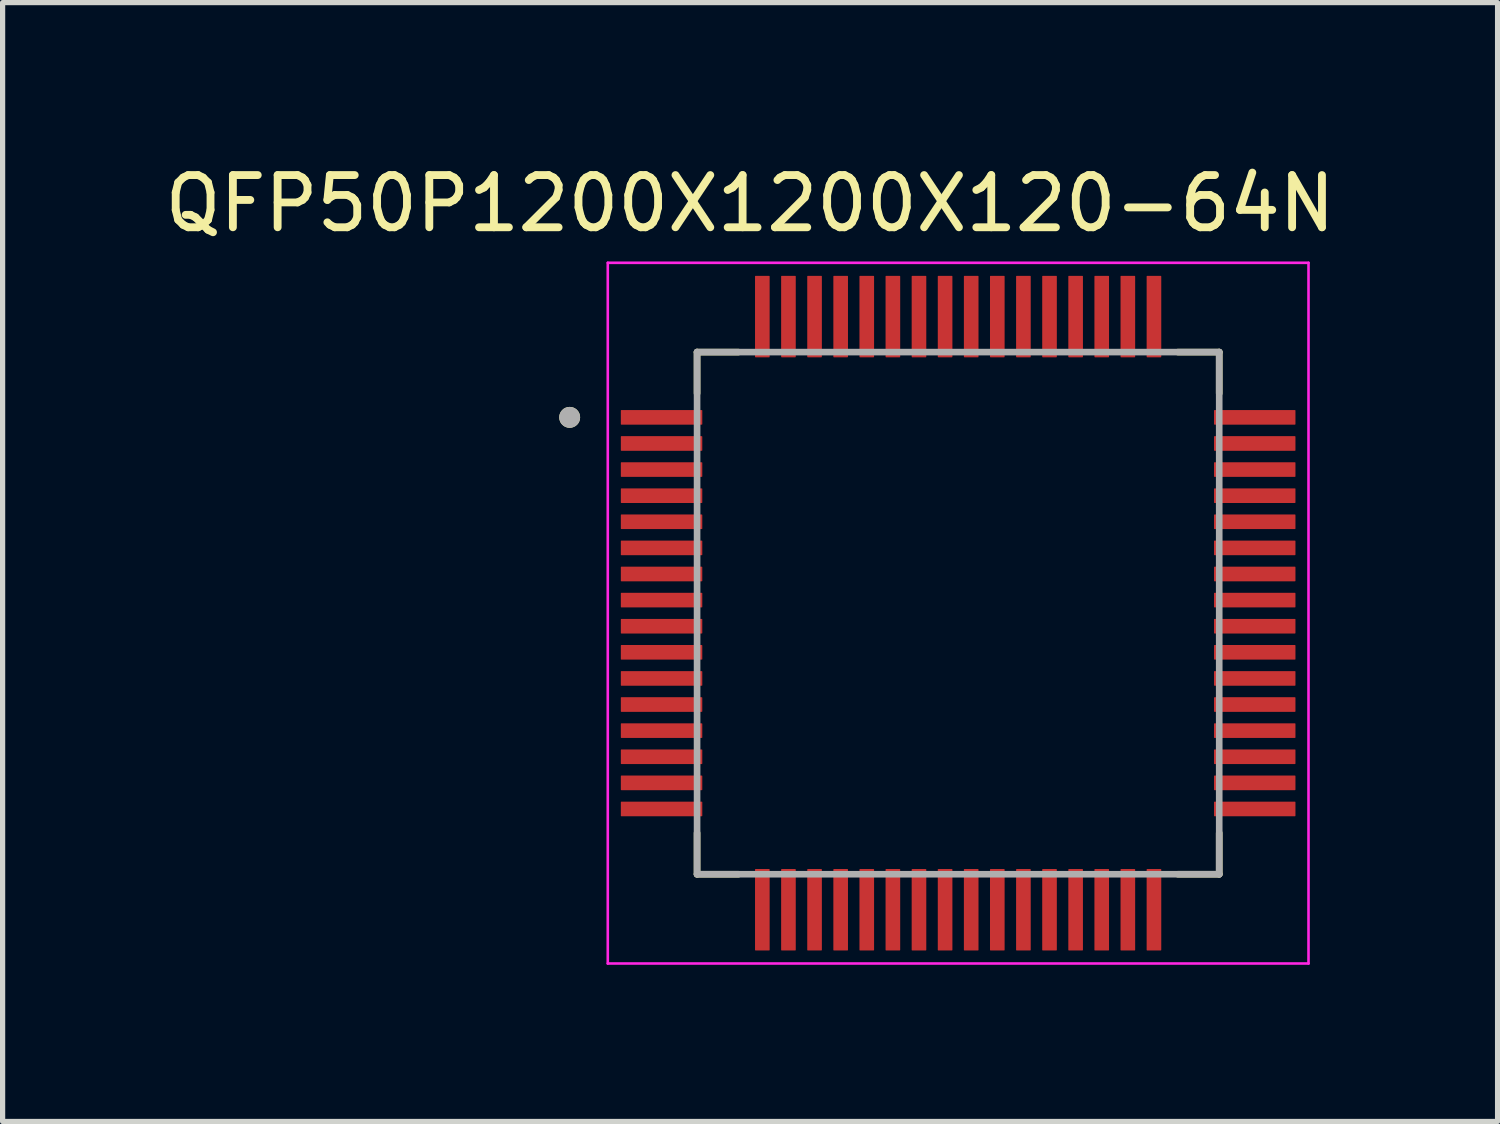
<source format=kicad_pcb>
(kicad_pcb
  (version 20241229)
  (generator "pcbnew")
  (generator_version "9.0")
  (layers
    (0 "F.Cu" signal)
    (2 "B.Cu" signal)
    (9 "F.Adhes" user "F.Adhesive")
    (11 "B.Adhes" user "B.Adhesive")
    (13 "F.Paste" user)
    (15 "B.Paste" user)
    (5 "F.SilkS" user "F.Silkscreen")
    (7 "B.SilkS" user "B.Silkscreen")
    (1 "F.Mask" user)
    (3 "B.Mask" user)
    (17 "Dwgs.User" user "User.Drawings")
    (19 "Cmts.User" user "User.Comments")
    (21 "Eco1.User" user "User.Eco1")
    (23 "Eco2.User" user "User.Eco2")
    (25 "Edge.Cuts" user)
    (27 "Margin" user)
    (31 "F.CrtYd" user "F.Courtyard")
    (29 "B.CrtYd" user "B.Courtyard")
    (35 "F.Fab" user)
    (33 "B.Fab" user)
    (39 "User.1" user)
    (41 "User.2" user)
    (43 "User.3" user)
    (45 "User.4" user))
  (footprint "QFP50P1200X1200X120-64N"
    (layer "F.Cu")
    (at 15.3 8.693)
    (property "Reference" "QFP50P1200X1200X120-64N" (at -3.985 -7.845 0) (layer "F.SilkS") (effects (font (size 1 1) (thickness 0.15))))
    (attr smd)
    (fp_line (start -5 -5) (end -5 -4.21) (stroke (width 0.127) (type solid)) (layer "F.SilkS"))
    (fp_line (start -5 -5) (end -4.21 -5) (stroke (width 0.127) (type solid)) (layer "F.SilkS"))
    (fp_line (start -5 5) (end -5 4.21) (stroke (width 0.127) (type solid)) (layer "F.SilkS"))
    (fp_line (start -5 5) (end -4.21 5) (stroke (width 0.127) (type solid)) (layer "F.SilkS"))
    (fp_line (start 5 -5) (end 4.21 -5) (stroke (width 0.127) (type solid)) (layer "F.SilkS"))
    (fp_line (start 5 -5) (end 5 -4.21) (stroke (width 0.127) (type solid)) (layer "F.SilkS"))
    (fp_line (start 5 5) (end 4.21 5) (stroke (width 0.127) (type solid)) (layer "F.SilkS"))
    (fp_line (start 5 5) (end 5 4.21) (stroke (width 0.127) (type solid)) (layer "F.SilkS"))
    (fp_circle (center -7.44 -3.75) (end -7.34 -3.75) (stroke (width 0.2) (type solid)) (fill no) (layer "F.SilkS"))
    (fp_line (start -6.71 -6.71) (end 6.71 -6.71) (stroke (width 0.05) (type solid)) (layer "F.CrtYd"))
    (fp_line (start -6.71 6.71) (end -6.71 -6.71) (stroke (width 0.05) (type solid)) (layer "F.CrtYd"))
    (fp_line (start -6.71 6.71) (end 6.71 6.71) (stroke (width 0.05) (type solid)) (layer "F.CrtYd"))
    (fp_line (start 6.71 6.71) (end 6.71 -6.71) (stroke (width 0.05) (type solid)) (layer "F.CrtYd"))
    (fp_line (start -5 5) (end -5 -5) (stroke (width 0.127) (type solid)) (layer "F.Fab"))
    (fp_line (start 5 -5) (end -5 -5) (stroke (width 0.127) (type solid)) (layer "F.Fab"))
    (fp_line (start 5 5) (end -5 5) (stroke (width 0.127) (type solid)) (layer "F.Fab"))
    (fp_line (start 5 5) (end 5 -5) (stroke (width 0.127) (type solid)) (layer "F.Fab"))
    (fp_circle (center -7.44 -3.75) (end -7.34 -3.75) (stroke (width 0.2) (type solid)) (fill no) (layer "F.Fab"))
    (pad "1" smd roundrect (at -5.68 -3.75) (size 1.56 0.28) (layers "F.Cu" "F.Mask" "F.Paste") (roundrect_rratio 0.04))
    (pad "2" smd roundrect (at -5.68 -3.25) (size 1.56 0.28) (layers "F.Cu" "F.Mask" "F.Paste") (roundrect_rratio 0.04))
    (pad "3" smd roundrect (at -5.68 -2.75) (size 1.56 0.28) (layers "F.Cu" "F.Mask" "F.Paste") (roundrect_rratio 0.04))
    (pad "4" smd roundrect (at -5.68 -2.25) (size 1.56 0.28) (layers "F.Cu" "F.Mask" "F.Paste") (roundrect_rratio 0.04))
    (pad "5" smd roundrect (at -5.68 -1.75) (size 1.56 0.28) (layers "F.Cu" "F.Mask" "F.Paste") (roundrect_rratio 0.04))
    (pad "6" smd roundrect (at -5.68 -1.25) (size 1.56 0.28) (layers "F.Cu" "F.Mask" "F.Paste") (roundrect_rratio 0.04))
    (pad "7" smd roundrect (at -5.68 -0.75) (size 1.56 0.28) (layers "F.Cu" "F.Mask" "F.Paste") (roundrect_rratio 0.04))
    (pad "8" smd roundrect (at -5.68 -0.25) (size 1.56 0.28) (layers "F.Cu" "F.Mask" "F.Paste") (roundrect_rratio 0.04))
    (pad "9" smd roundrect (at -5.68 0.25) (size 1.56 0.28) (layers "F.Cu" "F.Mask" "F.Paste") (roundrect_rratio 0.04))
    (pad "10" smd roundrect (at -5.68 0.75) (size 1.56 0.28) (layers "F.Cu" "F.Mask" "F.Paste") (roundrect_rratio 0.04))
    (pad "11" smd roundrect (at -5.68 1.25) (size 1.56 0.28) (layers "F.Cu" "F.Mask" "F.Paste") (roundrect_rratio 0.04))
    (pad "12" smd roundrect (at -5.68 1.75) (size 1.56 0.28) (layers "F.Cu" "F.Mask" "F.Paste") (roundrect_rratio 0.04))
    (pad "13" smd roundrect (at -5.68 2.25) (size 1.56 0.28) (layers "F.Cu" "F.Mask" "F.Paste") (roundrect_rratio 0.04))
    (pad "14" smd roundrect (at -5.68 2.75) (size 1.56 0.28) (layers "F.Cu" "F.Mask" "F.Paste") (roundrect_rratio 0.04))
    (pad "15" smd roundrect (at -5.68 3.25) (size 1.56 0.28) (layers "F.Cu" "F.Mask" "F.Paste") (roundrect_rratio 0.04))
    (pad "16" smd roundrect (at -5.68 3.75) (size 1.56 0.28) (layers "F.Cu" "F.Mask" "F.Paste") (roundrect_rratio 0.04))
    (pad "17" smd roundrect (at -3.75 5.68 90) (size 1.56 0.28) (layers "F.Cu" "F.Mask" "F.Paste") (roundrect_rratio 0.04))
    (pad "18" smd roundrect (at -3.25 5.68 90) (size 1.56 0.28) (layers "F.Cu" "F.Mask" "F.Paste") (roundrect_rratio 0.04))
    (pad "19" smd roundrect (at -2.75 5.68 90) (size 1.56 0.28) (layers "F.Cu" "F.Mask" "F.Paste") (roundrect_rratio 0.04))
    (pad "20" smd roundrect (at -2.25 5.68 90) (size 1.56 0.28) (layers "F.Cu" "F.Mask" "F.Paste") (roundrect_rratio 0.04))
    (pad "21" smd roundrect (at -1.75 5.68 90) (size 1.56 0.28) (layers "F.Cu" "F.Mask" "F.Paste") (roundrect_rratio 0.04))
    (pad "22" smd roundrect (at -1.25 5.68 90) (size 1.56 0.28) (layers "F.Cu" "F.Mask" "F.Paste") (roundrect_rratio 0.04))
    (pad "23" smd roundrect (at -0.75 5.68 90) (size 1.56 0.28) (layers "F.Cu" "F.Mask" "F.Paste") (roundrect_rratio 0.04))
    (pad "24" smd roundrect (at -0.25 5.68 90) (size 1.56 0.28) (layers "F.Cu" "F.Mask" "F.Paste") (roundrect_rratio 0.04))
    (pad "25" smd roundrect (at 0.25 5.68 90) (size 1.56 0.28) (layers "F.Cu" "F.Mask" "F.Paste") (roundrect_rratio 0.04))
    (pad "26" smd roundrect (at 0.75 5.68 90) (size 1.56 0.28) (layers "F.Cu" "F.Mask" "F.Paste") (roundrect_rratio 0.04))
    (pad "27" smd roundrect (at 1.25 5.68 90) (size 1.56 0.28) (layers "F.Cu" "F.Mask" "F.Paste") (roundrect_rratio 0.04))
    (pad "28" smd roundrect (at 1.75 5.68 90) (size 1.56 0.28) (layers "F.Cu" "F.Mask" "F.Paste") (roundrect_rratio 0.04))
    (pad "29" smd roundrect (at 2.25 5.68 90) (size 1.56 0.28) (layers "F.Cu" "F.Mask" "F.Paste") (roundrect_rratio 0.04))
    (pad "30" smd roundrect (at 2.75 5.68 90) (size 1.56 0.28) (layers "F.Cu" "F.Mask" "F.Paste") (roundrect_rratio 0.04))
    (pad "31" smd roundrect (at 3.25 5.68 90) (size 1.56 0.28) (layers "F.Cu" "F.Mask" "F.Paste") (roundrect_rratio 0.04))
    (pad "32" smd roundrect (at 3.75 5.68 90) (size 1.56 0.28) (layers "F.Cu" "F.Mask" "F.Paste") (roundrect_rratio 0.04))
    (pad "33" smd roundrect (at 5.68 3.75) (size 1.56 0.28) (layers "F.Cu" "F.Mask" "F.Paste") (roundrect_rratio 0.04))
    (pad "34" smd roundrect (at 5.68 3.25) (size 1.56 0.28) (layers "F.Cu" "F.Mask" "F.Paste") (roundrect_rratio 0.04))
    (pad "35" smd roundrect (at 5.68 2.75) (size 1.56 0.28) (layers "F.Cu" "F.Mask" "F.Paste") (roundrect_rratio 0.04))
    (pad "36" smd roundrect (at 5.68 2.25) (size 1.56 0.28) (layers "F.Cu" "F.Mask" "F.Paste") (roundrect_rratio 0.04))
    (pad "37" smd roundrect (at 5.68 1.75) (size 1.56 0.28) (layers "F.Cu" "F.Mask" "F.Paste") (roundrect_rratio 0.04))
    (pad "38" smd roundrect (at 5.68 1.25) (size 1.56 0.28) (layers "F.Cu" "F.Mask" "F.Paste") (roundrect_rratio 0.04))
    (pad "39" smd roundrect (at 5.68 0.75) (size 1.56 0.28) (layers "F.Cu" "F.Mask" "F.Paste") (roundrect_rratio 0.04))
    (pad "40" smd roundrect (at 5.68 0.25) (size 1.56 0.28) (layers "F.Cu" "F.Mask" "F.Paste") (roundrect_rratio 0.04))
    (pad "41" smd roundrect (at 5.68 -0.25) (size 1.56 0.28) (layers "F.Cu" "F.Mask" "F.Paste") (roundrect_rratio 0.04))
    (pad "42" smd roundrect (at 5.68 -0.75) (size 1.56 0.28) (layers "F.Cu" "F.Mask" "F.Paste") (roundrect_rratio 0.04))
    (pad "43" smd roundrect (at 5.68 -1.25) (size 1.56 0.28) (layers "F.Cu" "F.Mask" "F.Paste") (roundrect_rratio 0.04))
    (pad "44" smd roundrect (at 5.68 -1.75) (size 1.56 0.28) (layers "F.Cu" "F.Mask" "F.Paste") (roundrect_rratio 0.04))
    (pad "45" smd roundrect (at 5.68 -2.25) (size 1.56 0.28) (layers "F.Cu" "F.Mask" "F.Paste") (roundrect_rratio 0.04))
    (pad "46" smd roundrect (at 5.68 -2.75) (size 1.56 0.28) (layers "F.Cu" "F.Mask" "F.Paste") (roundrect_rratio 0.04))
    (pad "47" smd roundrect (at 5.68 -3.25) (size 1.56 0.28) (layers "F.Cu" "F.Mask" "F.Paste") (roundrect_rratio 0.04))
    (pad "48" smd roundrect (at 5.68 -3.75) (size 1.56 0.28) (layers "F.Cu" "F.Mask" "F.Paste") (roundrect_rratio 0.04))
    (pad "49" smd roundrect (at 3.75 -5.68 90) (size 1.56 0.28) (layers "F.Cu" "F.Mask" "F.Paste") (roundrect_rratio 0.04))
    (pad "50" smd roundrect (at 3.25 -5.68 90) (size 1.56 0.28) (layers "F.Cu" "F.Mask" "F.Paste") (roundrect_rratio 0.04))
    (pad "51" smd roundrect (at 2.75 -5.68 90) (size 1.56 0.28) (layers "F.Cu" "F.Mask" "F.Paste") (roundrect_rratio 0.04))
    (pad "52" smd roundrect (at 2.25 -5.68 90) (size 1.56 0.28) (layers "F.Cu" "F.Mask" "F.Paste") (roundrect_rratio 0.04))
    (pad "53" smd roundrect (at 1.75 -5.68 90) (size 1.56 0.28) (layers "F.Cu" "F.Mask" "F.Paste") (roundrect_rratio 0.04))
    (pad "54" smd roundrect (at 1.25 -5.68 90) (size 1.56 0.28) (layers "F.Cu" "F.Mask" "F.Paste") (roundrect_rratio 0.04))
    (pad "55" smd roundrect (at 0.75 -5.68 90) (size 1.56 0.28) (layers "F.Cu" "F.Mask" "F.Paste") (roundrect_rratio 0.04))
    (pad "56" smd roundrect (at 0.25 -5.68 90) (size 1.56 0.28) (layers "F.Cu" "F.Mask" "F.Paste") (roundrect_rratio 0.04))
    (pad "57" smd roundrect (at -0.25 -5.68 90) (size 1.56 0.28) (layers "F.Cu" "F.Mask" "F.Paste") (roundrect_rratio 0.04))
    (pad "58" smd roundrect (at -0.75 -5.68 90) (size 1.56 0.28) (layers "F.Cu" "F.Mask" "F.Paste") (roundrect_rratio 0.04))
    (pad "59" smd roundrect (at -1.25 -5.68 90) (size 1.56 0.28) (layers "F.Cu" "F.Mask" "F.Paste") (roundrect_rratio 0.04))
    (pad "60" smd roundrect (at -1.75 -5.68 90) (size 1.56 0.28) (layers "F.Cu" "F.Mask" "F.Paste") (roundrect_rratio 0.04))
    (pad "61" smd roundrect (at -2.25 -5.68 90) (size 1.56 0.28) (layers "F.Cu" "F.Mask" "F.Paste") (roundrect_rratio 0.04))
    (pad "62" smd roundrect (at -2.75 -5.68 90) (size 1.56 0.28) (layers "F.Cu" "F.Mask" "F.Paste") (roundrect_rratio 0.04))
    (pad "63" smd roundrect (at -3.25 -5.68 90) (size 1.56 0.28) (layers "F.Cu" "F.Mask" "F.Paste") (roundrect_rratio 0.04))
    (pad "64" smd roundrect (at -3.75 -5.68 90) (size 1.56 0.28) (layers "F.Cu" "F.Mask" "F.Paste") (roundrect_rratio 0.04)))
  (gr_rect
    (start -3 -3)
    (end 25.631 18.428)
    (stroke (width 0.1) (type default))
    (fill no)
    (layer "Edge.Cuts")))
</source>
